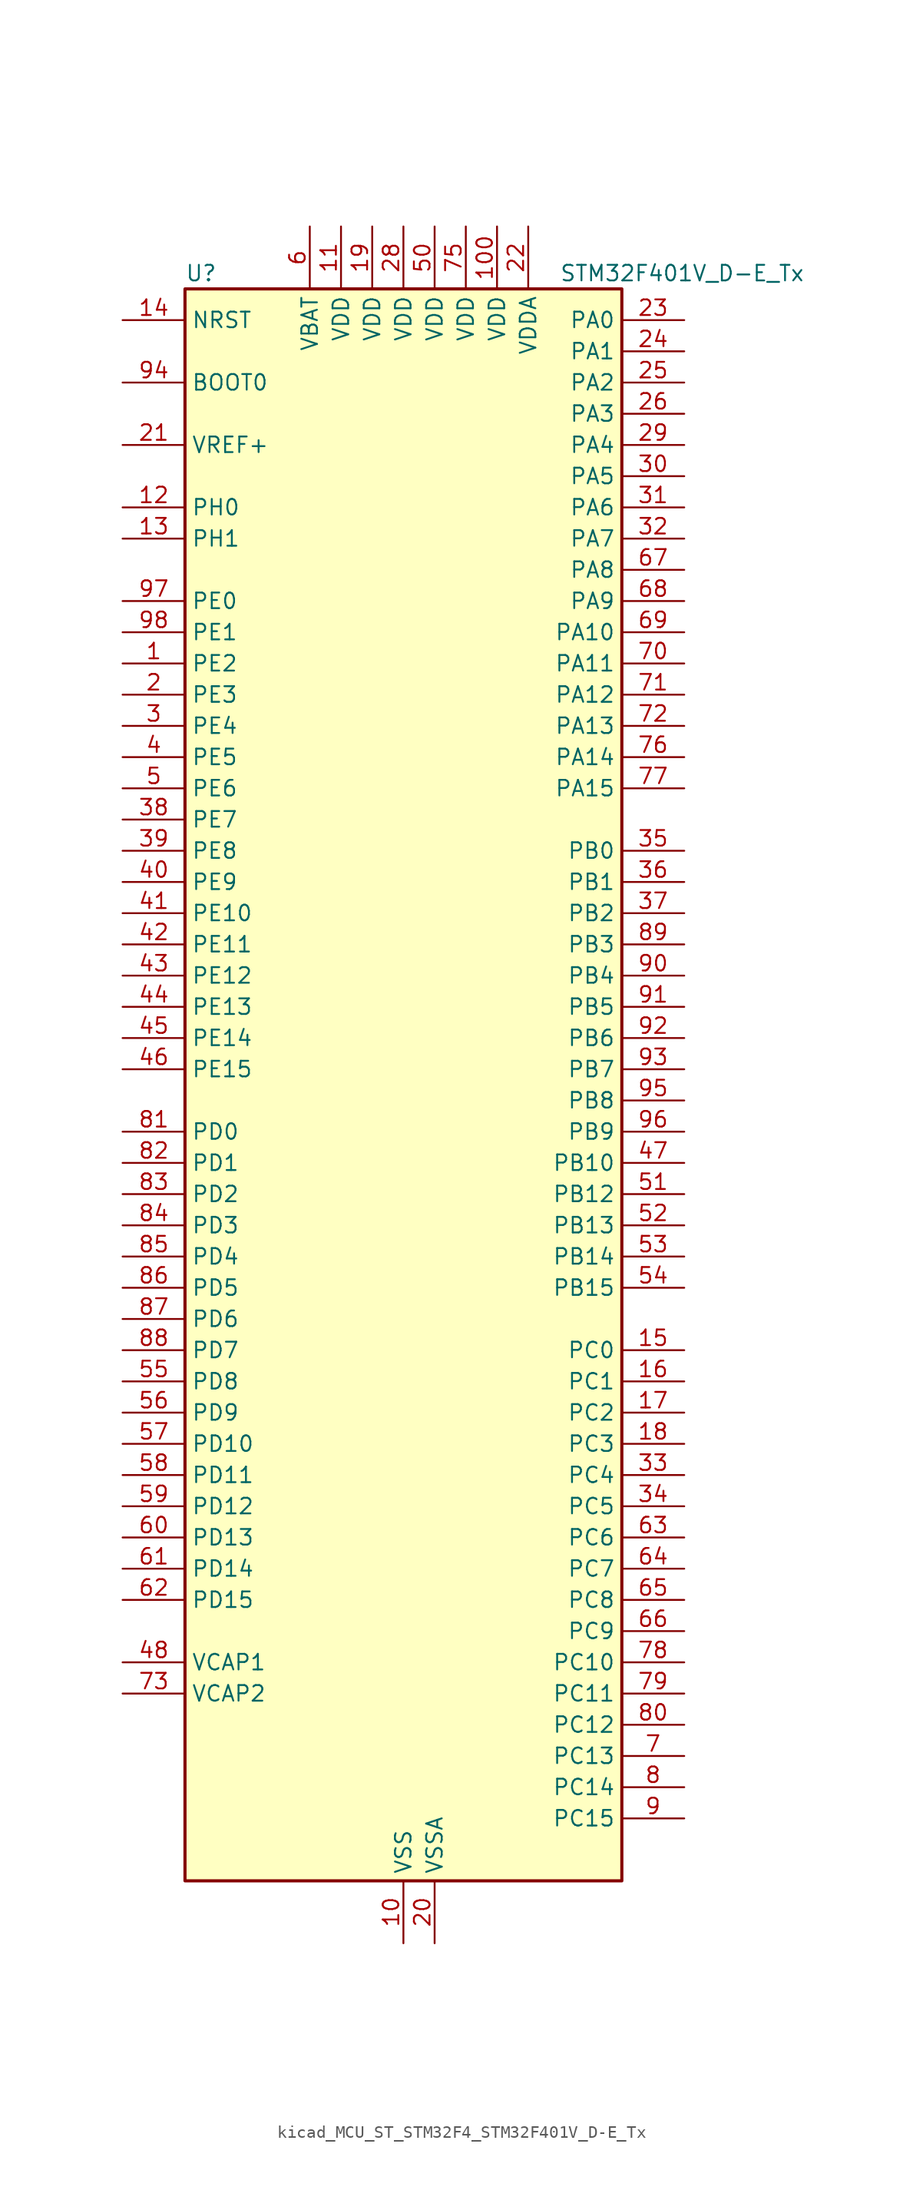
<source format=kicad_sym>
(kicad_symbol_lib
  (version 20220914)
  (generator kicad_symbol_editor)
  (symbol "kicad_MCU_ST_STM32F4_STM32F401V_D-E_Tx"
    (property "Reference" "U"
      (at -17.78 67.31 0)
      (effects (font (size 1.27 1.27)) (justify left)))
    (property "Value" "STM32F401V_D-E_Tx"
      (at 12.7 67.31 0)
      (effects (font (size 1.27 1.27)) (justify left)))
    (property "ki_locked" ""
      (at 0 0 0)
      (effects (font (size 1.27 1.27))))
    (symbol "kicad_MCU_ST_STM32F4_STM32F401V_D-E_Tx_0_1"
      (rectangle (start -17.78 -63.5) (end 17.78 66.04) (stroke (width 0.254) (type default)) (fill (type background))))
    (symbol "kicad_MCU_ST_STM32F4_STM32F401V_D-E_Tx_1_1"
      (pin bidirectional line (at -22.86 35.56 0) (length 5.08) (name "PE2" (effects (font (size 1.27 1.27)))) (number "1" (effects (font (size 1.27 1.27)))) (alternate "SPI4_SCK" bidirectional line) (alternate "SYS_TRACECLK" bidirectional line))
      (pin power_in line (at 0 -68.58 90) (length 5.08) (name "VSS" (effects (font (size 1.27 1.27)))) (number "10" (effects (font (size 1.27 1.27)))))
      (pin power_in line (at 7.62 71.12 270) (length 5.08) (name "VDD" (effects (font (size 1.27 1.27)))) (number "100" (effects (font (size 1.27 1.27)))))
      (pin power_in line (at -5.08 71.12 270) (length 5.08) (name "VDD" (effects (font (size 1.27 1.27)))) (number "11" (effects (font (size 1.27 1.27)))))
      (pin bidirectional line (at -22.86 48.26 0) (length 5.08) (name "PH0" (effects (font (size 1.27 1.27)))) (number "12" (effects (font (size 1.27 1.27)))) (alternate "RCC_OSC_IN" bidirectional line))
      (pin bidirectional line (at -22.86 45.72 0) (length 5.08) (name "PH1" (effects (font (size 1.27 1.27)))) (number "13" (effects (font (size 1.27 1.27)))) (alternate "RCC_OSC_OUT" bidirectional line))
      (pin input line (at -22.86 63.5 0) (length 5.08) (name "NRST" (effects (font (size 1.27 1.27)))) (number "14" (effects (font (size 1.27 1.27)))))
      (pin bidirectional line (at 22.86 -20.32 180) (length 5.08) (name "PC0" (effects (font (size 1.27 1.27)))) (number "15" (effects (font (size 1.27 1.27)))) (alternate "ADC1_IN10" bidirectional line))
      (pin bidirectional line (at 22.86 -22.86 180) (length 5.08) (name "PC1" (effects (font (size 1.27 1.27)))) (number "16" (effects (font (size 1.27 1.27)))) (alternate "ADC1_IN11" bidirectional line))
      (pin bidirectional line (at 22.86 -25.4 180) (length 5.08) (name "PC2" (effects (font (size 1.27 1.27)))) (number "17" (effects (font (size 1.27 1.27)))) (alternate "ADC1_IN12" bidirectional line) (alternate "I2S2_ext_SD" bidirectional line) (alternate "SPI2_MISO" bidirectional line))
      (pin bidirectional line (at 22.86 -27.94 180) (length 5.08) (name "PC3" (effects (font (size 1.27 1.27)))) (number "18" (effects (font (size 1.27 1.27)))) (alternate "ADC1_IN13" bidirectional line) (alternate "I2S2_SD" bidirectional line) (alternate "SPI2_MOSI" bidirectional line))
      (pin power_in line (at -2.54 71.12 270) (length 5.08) (name "VDD" (effects (font (size 1.27 1.27)))) (number "19" (effects (font (size 1.27 1.27)))))
      (pin bidirectional line (at -22.86 33.02 0) (length 5.08) (name "PE3" (effects (font (size 1.27 1.27)))) (number "2" (effects (font (size 1.27 1.27)))) (alternate "SYS_TRACED0" bidirectional line))
      (pin power_in line (at 2.54 -68.58 90) (length 5.08) (name "VSSA" (effects (font (size 1.27 1.27)))) (number "20" (effects (font (size 1.27 1.27)))))
      (pin input line (at -22.86 53.34 0) (length 5.08) (name "VREF+" (effects (font (size 1.27 1.27)))) (number "21" (effects (font (size 1.27 1.27)))))
      (pin power_in line (at 10.16 71.12 270) (length 5.08) (name "VDDA" (effects (font (size 1.27 1.27)))) (number "22" (effects (font (size 1.27 1.27)))))
      (pin bidirectional line (at 22.86 63.5 180) (length 5.08) (name "PA0" (effects (font (size 1.27 1.27)))) (number "23" (effects (font (size 1.27 1.27)))) (alternate "ADC1_IN0" bidirectional line) (alternate "SYS_WKUP" bidirectional line) (alternate "TIM2_CH1" bidirectional line) (alternate "TIM2_ETR" bidirectional line) (alternate "TIM5_CH1" bidirectional line) (alternate "USART2_CTS" bidirectional line))
      (pin bidirectional line (at 22.86 60.96 180) (length 5.08) (name "PA1" (effects (font (size 1.27 1.27)))) (number "24" (effects (font (size 1.27 1.27)))) (alternate "ADC1_IN1" bidirectional line) (alternate "TIM2_CH2" bidirectional line) (alternate "TIM5_CH2" bidirectional line) (alternate "USART2_RTS" bidirectional line))
      (pin bidirectional line (at 22.86 58.42 180) (length 5.08) (name "PA2" (effects (font (size 1.27 1.27)))) (number "25" (effects (font (size 1.27 1.27)))) (alternate "ADC1_IN2" bidirectional line) (alternate "TIM2_CH3" bidirectional line) (alternate "TIM5_CH3" bidirectional line) (alternate "TIM9_CH1" bidirectional line) (alternate "USART2_TX" bidirectional line))
      (pin bidirectional line (at 22.86 55.88 180) (length 5.08) (name "PA3" (effects (font (size 1.27 1.27)))) (number "26" (effects (font (size 1.27 1.27)))) (alternate "ADC1_IN3" bidirectional line) (alternate "TIM2_CH4" bidirectional line) (alternate "TIM5_CH4" bidirectional line) (alternate "TIM9_CH2" bidirectional line) (alternate "USART2_RX" bidirectional line))
      (pin passive line (at 0 -68.58 90) (length 5.08) hide (name "VSS" (effects (font (size 1.27 1.27)))) (number "27" (effects (font (size 1.27 1.27)))))
      (pin power_in line (at 0 71.12 270) (length 5.08) (name "VDD" (effects (font (size 1.27 1.27)))) (number "28" (effects (font (size 1.27 1.27)))))
      (pin bidirectional line (at 22.86 53.34 180) (length 5.08) (name "PA4" (effects (font (size 1.27 1.27)))) (number "29" (effects (font (size 1.27 1.27)))) (alternate "ADC1_IN4" bidirectional line) (alternate "I2S3_WS" bidirectional line) (alternate "SPI1_NSS" bidirectional line) (alternate "SPI3_NSS" bidirectional line) (alternate "USART2_CK" bidirectional line))
      (pin bidirectional line (at -22.86 30.48 0) (length 5.08) (name "PE4" (effects (font (size 1.27 1.27)))) (number "3" (effects (font (size 1.27 1.27)))) (alternate "SPI4_NSS" bidirectional line) (alternate "SYS_TRACED1" bidirectional line))
      (pin bidirectional line (at 22.86 50.8 180) (length 5.08) (name "PA5" (effects (font (size 1.27 1.27)))) (number "30" (effects (font (size 1.27 1.27)))) (alternate "ADC1_IN5" bidirectional line) (alternate "SPI1_SCK" bidirectional line) (alternate "TIM2_CH1" bidirectional line) (alternate "TIM2_ETR" bidirectional line))
      (pin bidirectional line (at 22.86 48.26 180) (length 5.08) (name "PA6" (effects (font (size 1.27 1.27)))) (number "31" (effects (font (size 1.27 1.27)))) (alternate "ADC1_IN6" bidirectional line) (alternate "SPI1_MISO" bidirectional line) (alternate "TIM1_BKIN" bidirectional line) (alternate "TIM3_CH1" bidirectional line))
      (pin bidirectional line (at 22.86 45.72 180) (length 5.08) (name "PA7" (effects (font (size 1.27 1.27)))) (number "32" (effects (font (size 1.27 1.27)))) (alternate "ADC1_IN7" bidirectional line) (alternate "SPI1_MOSI" bidirectional line) (alternate "TIM1_CH1N" bidirectional line) (alternate "TIM3_CH2" bidirectional line))
      (pin bidirectional line (at 22.86 -30.48 180) (length 5.08) (name "PC4" (effects (font (size 1.27 1.27)))) (number "33" (effects (font (size 1.27 1.27)))) (alternate "ADC1_IN14" bidirectional line))
      (pin bidirectional line (at 22.86 -33.02 180) (length 5.08) (name "PC5" (effects (font (size 1.27 1.27)))) (number "34" (effects (font (size 1.27 1.27)))) (alternate "ADC1_IN15" bidirectional line))
      (pin bidirectional line (at 22.86 20.32 180) (length 5.08) (name "PB0" (effects (font (size 1.27 1.27)))) (number "35" (effects (font (size 1.27 1.27)))) (alternate "ADC1_IN8" bidirectional line) (alternate "TIM1_CH2N" bidirectional line) (alternate "TIM3_CH3" bidirectional line))
      (pin bidirectional line (at 22.86 17.78 180) (length 5.08) (name "PB1" (effects (font (size 1.27 1.27)))) (number "36" (effects (font (size 1.27 1.27)))) (alternate "ADC1_IN9" bidirectional line) (alternate "TIM1_CH3N" bidirectional line) (alternate "TIM3_CH4" bidirectional line))
      (pin bidirectional line (at 22.86 15.24 180) (length 5.08) (name "PB2" (effects (font (size 1.27 1.27)))) (number "37" (effects (font (size 1.27 1.27)))))
      (pin bidirectional line (at -22.86 22.86 0) (length 5.08) (name "PE7" (effects (font (size 1.27 1.27)))) (number "38" (effects (font (size 1.27 1.27)))) (alternate "TIM1_ETR" bidirectional line))
      (pin bidirectional line (at -22.86 20.32 0) (length 5.08) (name "PE8" (effects (font (size 1.27 1.27)))) (number "39" (effects (font (size 1.27 1.27)))) (alternate "TIM1_CH1N" bidirectional line))
      (pin bidirectional line (at -22.86 27.94 0) (length 5.08) (name "PE5" (effects (font (size 1.27 1.27)))) (number "4" (effects (font (size 1.27 1.27)))) (alternate "SPI4_MISO" bidirectional line) (alternate "SYS_TRACED2" bidirectional line) (alternate "TIM9_CH1" bidirectional line))
      (pin bidirectional line (at -22.86 17.78 0) (length 5.08) (name "PE9" (effects (font (size 1.27 1.27)))) (number "40" (effects (font (size 1.27 1.27)))) (alternate "TIM1_CH1" bidirectional line))
      (pin bidirectional line (at -22.86 15.24 0) (length 5.08) (name "PE10" (effects (font (size 1.27 1.27)))) (number "41" (effects (font (size 1.27 1.27)))) (alternate "TIM1_CH2N" bidirectional line))
      (pin bidirectional line (at -22.86 12.7 0) (length 5.08) (name "PE11" (effects (font (size 1.27 1.27)))) (number "42" (effects (font (size 1.27 1.27)))) (alternate "ADC1_EXTI11" bidirectional line) (alternate "SPI4_NSS" bidirectional line) (alternate "TIM1_CH2" bidirectional line))
      (pin bidirectional line (at -22.86 10.16 0) (length 5.08) (name "PE12" (effects (font (size 1.27 1.27)))) (number "43" (effects (font (size 1.27 1.27)))) (alternate "SPI4_SCK" bidirectional line) (alternate "TIM1_CH3N" bidirectional line))
      (pin bidirectional line (at -22.86 7.62 0) (length 5.08) (name "PE13" (effects (font (size 1.27 1.27)))) (number "44" (effects (font (size 1.27 1.27)))) (alternate "SPI4_MISO" bidirectional line) (alternate "TIM1_CH3" bidirectional line))
      (pin bidirectional line (at -22.86 5.08 0) (length 5.08) (name "PE14" (effects (font (size 1.27 1.27)))) (number "45" (effects (font (size 1.27 1.27)))) (alternate "SPI4_MOSI" bidirectional line) (alternate "TIM1_CH4" bidirectional line))
      (pin bidirectional line (at -22.86 2.54 0) (length 5.08) (name "PE15" (effects (font (size 1.27 1.27)))) (number "46" (effects (font (size 1.27 1.27)))) (alternate "ADC1_EXTI15" bidirectional line) (alternate "TIM1_BKIN" bidirectional line))
      (pin bidirectional line (at 22.86 -5.08 180) (length 5.08) (name "PB10" (effects (font (size 1.27 1.27)))) (number "47" (effects (font (size 1.27 1.27)))) (alternate "I2C2_SCL" bidirectional line) (alternate "I2S2_CK" bidirectional line) (alternate "SPI2_SCK" bidirectional line) (alternate "TIM2_CH3" bidirectional line))
      (pin power_out line (at -22.86 -45.72 0) (length 5.08) (name "VCAP1" (effects (font (size 1.27 1.27)))) (number "48" (effects (font (size 1.27 1.27)))))
      (pin passive line (at 0 -68.58 90) (length 5.08) hide (name "VSS" (effects (font (size 1.27 1.27)))) (number "49" (effects (font (size 1.27 1.27)))))
      (pin bidirectional line (at -22.86 25.4 0) (length 5.08) (name "PE6" (effects (font (size 1.27 1.27)))) (number "5" (effects (font (size 1.27 1.27)))) (alternate "SPI4_MOSI" bidirectional line) (alternate "SYS_TRACED3" bidirectional line) (alternate "TIM9_CH2" bidirectional line))
      (pin power_in line (at 2.54 71.12 270) (length 5.08) (name "VDD" (effects (font (size 1.27 1.27)))) (number "50" (effects (font (size 1.27 1.27)))))
      (pin bidirectional line (at 22.86 -7.62 180) (length 5.08) (name "PB12" (effects (font (size 1.27 1.27)))) (number "51" (effects (font (size 1.27 1.27)))) (alternate "I2C2_SMBA" bidirectional line) (alternate "I2S2_WS" bidirectional line) (alternate "SPI2_NSS" bidirectional line) (alternate "TIM1_BKIN" bidirectional line))
      (pin bidirectional line (at 22.86 -10.16 180) (length 5.08) (name "PB13" (effects (font (size 1.27 1.27)))) (number "52" (effects (font (size 1.27 1.27)))) (alternate "I2S2_CK" bidirectional line) (alternate "SPI2_SCK" bidirectional line) (alternate "TIM1_CH1N" bidirectional line))
      (pin bidirectional line (at 22.86 -12.7 180) (length 5.08) (name "PB14" (effects (font (size 1.27 1.27)))) (number "53" (effects (font (size 1.27 1.27)))) (alternate "I2S2_ext_SD" bidirectional line) (alternate "SPI2_MISO" bidirectional line) (alternate "TIM1_CH2N" bidirectional line))
      (pin bidirectional line (at 22.86 -15.24 180) (length 5.08) (name "PB15" (effects (font (size 1.27 1.27)))) (number "54" (effects (font (size 1.27 1.27)))) (alternate "ADC1_EXTI15" bidirectional line) (alternate "I2S2_SD" bidirectional line) (alternate "RTC_REFIN" bidirectional line) (alternate "SPI2_MOSI" bidirectional line) (alternate "TIM1_CH3N" bidirectional line))
      (pin bidirectional line (at -22.86 -22.86 0) (length 5.08) (name "PD8" (effects (font (size 1.27 1.27)))) (number "55" (effects (font (size 1.27 1.27)))))
      (pin bidirectional line (at -22.86 -25.4 0) (length 5.08) (name "PD9" (effects (font (size 1.27 1.27)))) (number "56" (effects (font (size 1.27 1.27)))))
      (pin bidirectional line (at -22.86 -27.94 0) (length 5.08) (name "PD10" (effects (font (size 1.27 1.27)))) (number "57" (effects (font (size 1.27 1.27)))))
      (pin bidirectional line (at -22.86 -30.48 0) (length 5.08) (name "PD11" (effects (font (size 1.27 1.27)))) (number "58" (effects (font (size 1.27 1.27)))) (alternate "ADC1_EXTI11" bidirectional line))
      (pin bidirectional line (at -22.86 -33.02 0) (length 5.08) (name "PD12" (effects (font (size 1.27 1.27)))) (number "59" (effects (font (size 1.27 1.27)))) (alternate "TIM4_CH1" bidirectional line))
      (pin power_in line (at -7.62 71.12 270) (length 5.08) (name "VBAT" (effects (font (size 1.27 1.27)))) (number "6" (effects (font (size 1.27 1.27)))))
      (pin bidirectional line (at -22.86 -35.56 0) (length 5.08) (name "PD13" (effects (font (size 1.27 1.27)))) (number "60" (effects (font (size 1.27 1.27)))) (alternate "TIM4_CH2" bidirectional line))
      (pin bidirectional line (at -22.86 -38.1 0) (length 5.08) (name "PD14" (effects (font (size 1.27 1.27)))) (number "61" (effects (font (size 1.27 1.27)))) (alternate "TIM4_CH3" bidirectional line))
      (pin bidirectional line (at -22.86 -40.64 0) (length 5.08) (name "PD15" (effects (font (size 1.27 1.27)))) (number "62" (effects (font (size 1.27 1.27)))) (alternate "ADC1_EXTI15" bidirectional line) (alternate "TIM4_CH4" bidirectional line))
      (pin bidirectional line (at 22.86 -35.56 180) (length 5.08) (name "PC6" (effects (font (size 1.27 1.27)))) (number "63" (effects (font (size 1.27 1.27)))) (alternate "I2S2_MCK" bidirectional line) (alternate "SDIO_D6" bidirectional line) (alternate "TIM3_CH1" bidirectional line) (alternate "USART6_TX" bidirectional line))
      (pin bidirectional line (at 22.86 -38.1 180) (length 5.08) (name "PC7" (effects (font (size 1.27 1.27)))) (number "64" (effects (font (size 1.27 1.27)))) (alternate "I2S3_MCK" bidirectional line) (alternate "SDIO_D7" bidirectional line) (alternate "TIM3_CH2" bidirectional line) (alternate "USART6_RX" bidirectional line))
      (pin bidirectional line (at 22.86 -40.64 180) (length 5.08) (name "PC8" (effects (font (size 1.27 1.27)))) (number "65" (effects (font (size 1.27 1.27)))) (alternate "SDIO_D0" bidirectional line) (alternate "TIM3_CH3" bidirectional line) (alternate "USART6_CK" bidirectional line))
      (pin bidirectional line (at 22.86 -43.18 180) (length 5.08) (name "PC9" (effects (font (size 1.27 1.27)))) (number "66" (effects (font (size 1.27 1.27)))) (alternate "I2C3_SDA" bidirectional line) (alternate "I2S_CKIN" bidirectional line) (alternate "RCC_MCO_2" bidirectional line) (alternate "SDIO_D1" bidirectional line) (alternate "TIM3_CH4" bidirectional line))
      (pin bidirectional line (at 22.86 43.18 180) (length 5.08) (name "PA8" (effects (font (size 1.27 1.27)))) (number "67" (effects (font (size 1.27 1.27)))) (alternate "I2C3_SCL" bidirectional line) (alternate "RCC_MCO_1" bidirectional line) (alternate "TIM1_CH1" bidirectional line) (alternate "USART1_CK" bidirectional line) (alternate "USB_OTG_FS_SOF" bidirectional line))
      (pin bidirectional line (at 22.86 40.64 180) (length 5.08) (name "PA9" (effects (font (size 1.27 1.27)))) (number "68" (effects (font (size 1.27 1.27)))) (alternate "I2C3_SMBA" bidirectional line) (alternate "TIM1_CH2" bidirectional line) (alternate "USART1_TX" bidirectional line) (alternate "USB_OTG_FS_VBUS" bidirectional line))
      (pin bidirectional line (at 22.86 38.1 180) (length 5.08) (name "PA10" (effects (font (size 1.27 1.27)))) (number "69" (effects (font (size 1.27 1.27)))) (alternate "TIM1_CH3" bidirectional line) (alternate "USART1_RX" bidirectional line) (alternate "USB_OTG_FS_ID" bidirectional line))
      (pin bidirectional line (at 22.86 -53.34 180) (length 5.08) (name "PC13" (effects (font (size 1.27 1.27)))) (number "7" (effects (font (size 1.27 1.27)))) (alternate "RTC_AF1" bidirectional line))
      (pin bidirectional line (at 22.86 35.56 180) (length 5.08) (name "PA11" (effects (font (size 1.27 1.27)))) (number "70" (effects (font (size 1.27 1.27)))) (alternate "ADC1_EXTI11" bidirectional line) (alternate "TIM1_CH4" bidirectional line) (alternate "USART1_CTS" bidirectional line) (alternate "USART6_TX" bidirectional line) (alternate "USB_OTG_FS_DM" bidirectional line))
      (pin bidirectional line (at 22.86 33.02 180) (length 5.08) (name "PA12" (effects (font (size 1.27 1.27)))) (number "71" (effects (font (size 1.27 1.27)))) (alternate "TIM1_ETR" bidirectional line) (alternate "USART1_RTS" bidirectional line) (alternate "USART6_RX" bidirectional line) (alternate "USB_OTG_FS_DP" bidirectional line))
      (pin bidirectional line (at 22.86 30.48 180) (length 5.08) (name "PA13" (effects (font (size 1.27 1.27)))) (number "72" (effects (font (size 1.27 1.27)))) (alternate "SYS_JTMS-SWDIO" bidirectional line))
      (pin power_out line (at -22.86 -48.26 0) (length 5.08) (name "VCAP2" (effects (font (size 1.27 1.27)))) (number "73" (effects (font (size 1.27 1.27)))))
      (pin passive line (at 0 -68.58 90) (length 5.08) hide (name "VSS" (effects (font (size 1.27 1.27)))) (number "74" (effects (font (size 1.27 1.27)))))
      (pin power_in line (at 5.08 71.12 270) (length 5.08) (name "VDD" (effects (font (size 1.27 1.27)))) (number "75" (effects (font (size 1.27 1.27)))))
      (pin bidirectional line (at 22.86 27.94 180) (length 5.08) (name "PA14" (effects (font (size 1.27 1.27)))) (number "76" (effects (font (size 1.27 1.27)))) (alternate "SYS_JTCK-SWCLK" bidirectional line))
      (pin bidirectional line (at 22.86 25.4 180) (length 5.08) (name "PA15" (effects (font (size 1.27 1.27)))) (number "77" (effects (font (size 1.27 1.27)))) (alternate "ADC1_EXTI15" bidirectional line) (alternate "I2S3_WS" bidirectional line) (alternate "SPI1_NSS" bidirectional line) (alternate "SPI3_NSS" bidirectional line) (alternate "SYS_JTDI" bidirectional line) (alternate "TIM2_CH1" bidirectional line) (alternate "TIM2_ETR" bidirectional line))
      (pin bidirectional line (at 22.86 -45.72 180) (length 5.08) (name "PC10" (effects (font (size 1.27 1.27)))) (number "78" (effects (font (size 1.27 1.27)))) (alternate "I2S3_CK" bidirectional line) (alternate "SDIO_D2" bidirectional line) (alternate "SPI3_SCK" bidirectional line))
      (pin bidirectional line (at 22.86 -48.26 180) (length 5.08) (name "PC11" (effects (font (size 1.27 1.27)))) (number "79" (effects (font (size 1.27 1.27)))) (alternate "ADC1_EXTI11" bidirectional line) (alternate "I2S3_ext_SD" bidirectional line) (alternate "SDIO_D3" bidirectional line) (alternate "SPI3_MISO" bidirectional line))
      (pin bidirectional line (at 22.86 -55.88 180) (length 5.08) (name "PC14" (effects (font (size 1.27 1.27)))) (number "8" (effects (font (size 1.27 1.27)))) (alternate "RCC_OSC32_IN" bidirectional line))
      (pin bidirectional line (at 22.86 -50.8 180) (length 5.08) (name "PC12" (effects (font (size 1.27 1.27)))) (number "80" (effects (font (size 1.27 1.27)))) (alternate "I2S3_SD" bidirectional line) (alternate "SDIO_CK" bidirectional line) (alternate "SPI3_MOSI" bidirectional line))
      (pin bidirectional line (at -22.86 -2.54 0) (length 5.08) (name "PD0" (effects (font (size 1.27 1.27)))) (number "81" (effects (font (size 1.27 1.27)))))
      (pin bidirectional line (at -22.86 -5.08 0) (length 5.08) (name "PD1" (effects (font (size 1.27 1.27)))) (number "82" (effects (font (size 1.27 1.27)))))
      (pin bidirectional line (at -22.86 -7.62 0) (length 5.08) (name "PD2" (effects (font (size 1.27 1.27)))) (number "83" (effects (font (size 1.27 1.27)))) (alternate "SDIO_CMD" bidirectional line) (alternate "TIM3_ETR" bidirectional line))
      (pin bidirectional line (at -22.86 -10.16 0) (length 5.08) (name "PD3" (effects (font (size 1.27 1.27)))) (number "84" (effects (font (size 1.27 1.27)))) (alternate "I2S2_CK" bidirectional line) (alternate "SPI2_SCK" bidirectional line) (alternate "USART2_CTS" bidirectional line))
      (pin bidirectional line (at -22.86 -12.7 0) (length 5.08) (name "PD4" (effects (font (size 1.27 1.27)))) (number "85" (effects (font (size 1.27 1.27)))) (alternate "USART2_RTS" bidirectional line))
      (pin bidirectional line (at -22.86 -15.24 0) (length 5.08) (name "PD5" (effects (font (size 1.27 1.27)))) (number "86" (effects (font (size 1.27 1.27)))) (alternate "USART2_TX" bidirectional line))
      (pin bidirectional line (at -22.86 -17.78 0) (length 5.08) (name "PD6" (effects (font (size 1.27 1.27)))) (number "87" (effects (font (size 1.27 1.27)))) (alternate "I2S3_SD" bidirectional line) (alternate "SPI3_MOSI" bidirectional line) (alternate "USART2_RX" bidirectional line))
      (pin bidirectional line (at -22.86 -20.32 0) (length 5.08) (name "PD7" (effects (font (size 1.27 1.27)))) (number "88" (effects (font (size 1.27 1.27)))) (alternate "USART2_CK" bidirectional line))
      (pin bidirectional line (at 22.86 12.7 180) (length 5.08) (name "PB3" (effects (font (size 1.27 1.27)))) (number "89" (effects (font (size 1.27 1.27)))) (alternate "I2C2_SDA" bidirectional line) (alternate "I2S3_CK" bidirectional line) (alternate "SPI1_SCK" bidirectional line) (alternate "SPI3_SCK" bidirectional line) (alternate "SYS_JTDO-SWO" bidirectional line) (alternate "TIM2_CH2" bidirectional line))
      (pin bidirectional line (at 22.86 -58.42 180) (length 5.08) (name "PC15" (effects (font (size 1.27 1.27)))) (number "9" (effects (font (size 1.27 1.27)))) (alternate "ADC1_EXTI15" bidirectional line) (alternate "RCC_OSC32_OUT" bidirectional line))
      (pin bidirectional line (at 22.86 10.16 180) (length 5.08) (name "PB4" (effects (font (size 1.27 1.27)))) (number "90" (effects (font (size 1.27 1.27)))) (alternate "I2C3_SDA" bidirectional line) (alternate "I2S3_ext_SD" bidirectional line) (alternate "SPI1_MISO" bidirectional line) (alternate "SPI3_MISO" bidirectional line) (alternate "SYS_JTRST" bidirectional line) (alternate "TIM3_CH1" bidirectional line))
      (pin bidirectional line (at 22.86 7.62 180) (length 5.08) (name "PB5" (effects (font (size 1.27 1.27)))) (number "91" (effects (font (size 1.27 1.27)))) (alternate "I2C1_SMBA" bidirectional line) (alternate "I2S3_SD" bidirectional line) (alternate "SPI1_MOSI" bidirectional line) (alternate "SPI3_MOSI" bidirectional line) (alternate "TIM3_CH2" bidirectional line))
      (pin bidirectional line (at 22.86 5.08 180) (length 5.08) (name "PB6" (effects (font (size 1.27 1.27)))) (number "92" (effects (font (size 1.27 1.27)))) (alternate "I2C1_SCL" bidirectional line) (alternate "TIM4_CH1" bidirectional line) (alternate "USART1_TX" bidirectional line))
      (pin bidirectional line (at 22.86 2.54 180) (length 5.08) (name "PB7" (effects (font (size 1.27 1.27)))) (number "93" (effects (font (size 1.27 1.27)))) (alternate "I2C1_SDA" bidirectional line) (alternate "TIM4_CH2" bidirectional line) (alternate "USART1_RX" bidirectional line))
      (pin input line (at -22.86 58.42 0) (length 5.08) (name "BOOT0" (effects (font (size 1.27 1.27)))) (number "94" (effects (font (size 1.27 1.27)))))
      (pin bidirectional line (at 22.86 0 180) (length 5.08) (name "PB8" (effects (font (size 1.27 1.27)))) (number "95" (effects (font (size 1.27 1.27)))) (alternate "I2C1_SCL" bidirectional line) (alternate "SDIO_D4" bidirectional line) (alternate "TIM10_CH1" bidirectional line) (alternate "TIM4_CH3" bidirectional line))
      (pin bidirectional line (at 22.86 -2.54 180) (length 5.08) (name "PB9" (effects (font (size 1.27 1.27)))) (number "96" (effects (font (size 1.27 1.27)))) (alternate "I2C1_SDA" bidirectional line) (alternate "I2S2_WS" bidirectional line) (alternate "SDIO_D5" bidirectional line) (alternate "SPI2_NSS" bidirectional line) (alternate "TIM11_CH1" bidirectional line) (alternate "TIM4_CH4" bidirectional line))
      (pin bidirectional line (at -22.86 40.64 0) (length 5.08) (name "PE0" (effects (font (size 1.27 1.27)))) (number "97" (effects (font (size 1.27 1.27)))) (alternate "TIM4_ETR" bidirectional line))
      (pin bidirectional line (at -22.86 38.1 0) (length 5.08) (name "PE1" (effects (font (size 1.27 1.27)))) (number "98" (effects (font (size 1.27 1.27)))))
      (pin passive line (at 0 -68.58 90) (length 5.08) hide (name "VSS" (effects (font (size 1.27 1.27)))) (number "99" (effects (font (size 1.27 1.27))))))))
</source>
